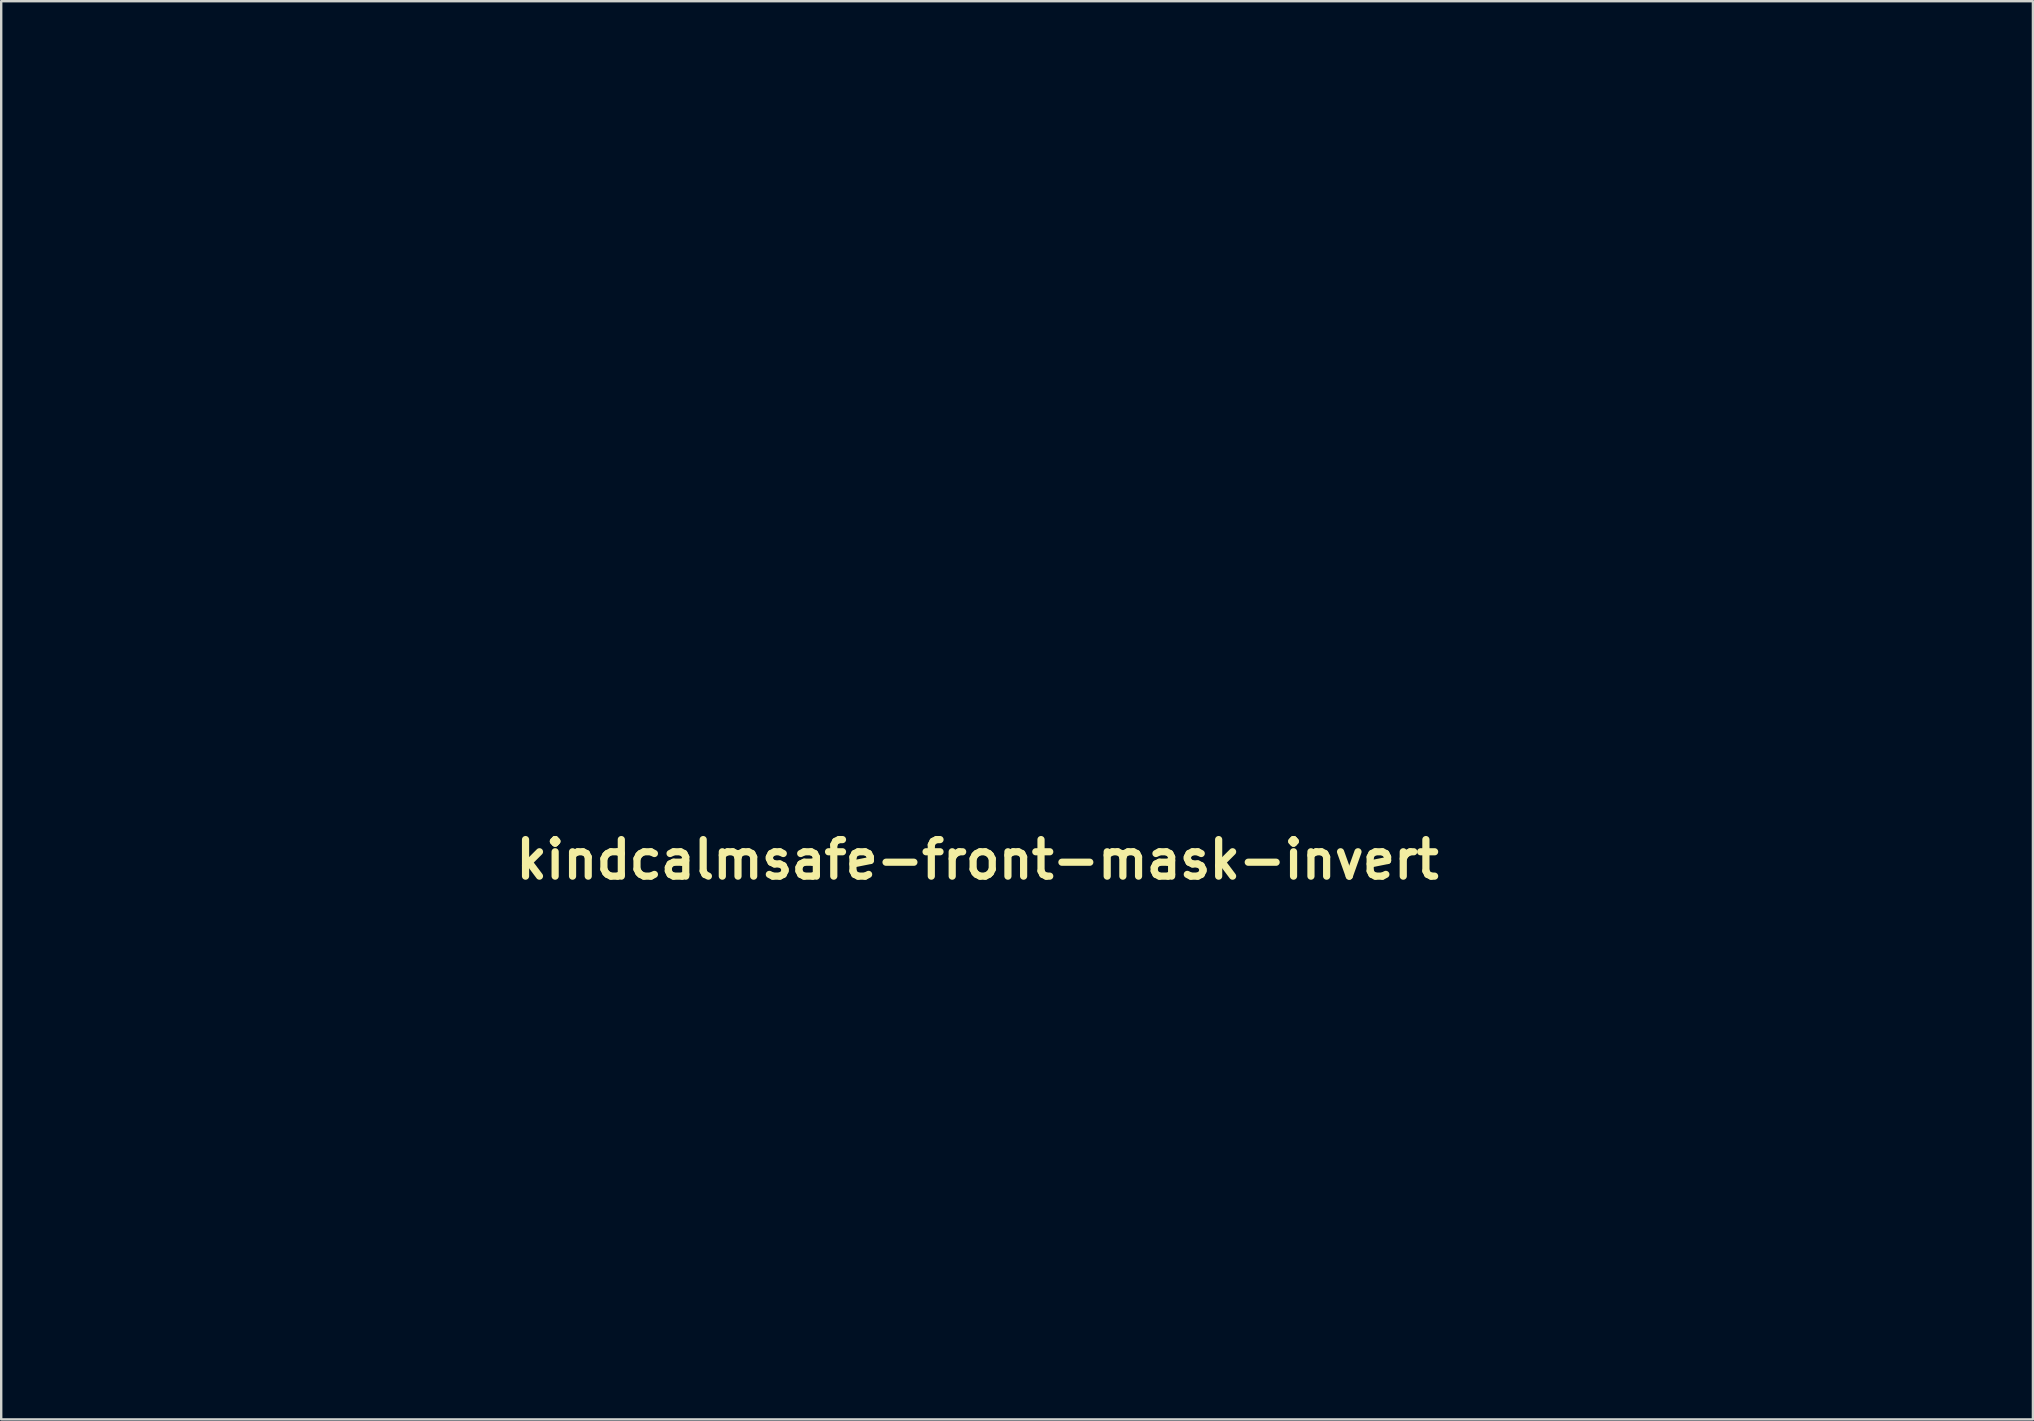
<source format=kicad_pcb>
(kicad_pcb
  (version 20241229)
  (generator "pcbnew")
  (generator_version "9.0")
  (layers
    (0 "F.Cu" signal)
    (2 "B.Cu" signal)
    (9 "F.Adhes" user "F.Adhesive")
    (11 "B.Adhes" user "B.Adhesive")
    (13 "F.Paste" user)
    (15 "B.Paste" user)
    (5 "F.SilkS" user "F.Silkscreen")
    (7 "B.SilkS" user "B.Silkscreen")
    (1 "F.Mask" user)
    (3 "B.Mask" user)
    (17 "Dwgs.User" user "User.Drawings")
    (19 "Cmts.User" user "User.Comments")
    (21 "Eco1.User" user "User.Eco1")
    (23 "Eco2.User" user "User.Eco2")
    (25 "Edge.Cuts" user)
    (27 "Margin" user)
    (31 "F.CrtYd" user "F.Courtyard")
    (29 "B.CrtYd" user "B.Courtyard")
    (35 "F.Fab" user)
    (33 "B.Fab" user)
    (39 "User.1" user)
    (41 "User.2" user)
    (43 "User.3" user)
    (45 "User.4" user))
  (footprint "kindcalmsafe-front-mask-invert"
    (layer "F.Cu")
    (at 37.682 32.771)
    (property "Reference" "kindcalmsafe-front-mask-invert" (at 0 0 0) (layer "F.SilkS") (effects (font (size 1.524 1.524) (thickness 0.3))))
    (attr through_hole)
    (fp_poly (pts (xy 13.801 -20.913) (xy 15.071 -20.913) (xy 15.071 -19.897) (xy 9.652 -19.897) (xy 9.652 -20.913) (xy 10.837 -20.913) (xy 10.837 -27.686) (xy 9.652 -27.686) (xy 9.652 -28.702) (xy 13.801 -28.702) (xy 13.801 -20.913)) (stroke (width 0.01) (type solid)) (fill yes) (layer "F.Mask"))
    (fp_poly (pts (xy 21.759 -0.931) (xy 23.029 -0.931) (xy 23.029 0.085) (xy 17.611 0.085) (xy 17.611 -0.931) (xy 18.796 -0.931) (xy 18.796 -11.769) (xy 17.611 -11.769) (xy 17.611 -12.785) (xy 21.759 -12.785) (xy 21.759 -0.931)) (stroke (width 0.01) (type solid)) (fill yes) (layer "F.Mask"))
    (fp_poly (pts (xy 12.795 -32.651) (xy 13.119 -32.482) (xy 13.467 -32.157) (xy 13.691 -31.744) (xy 13.782 -31.278) (xy 13.731 -30.797) (xy 13.61 -30.478) (xy 13.313 -30.065) (xy 12.916 -29.774) (xy 12.45 -29.621) (xy 11.946 -29.619) (xy 11.816 -29.644) (xy 11.357 -29.83) (xy 10.993 -30.132) (xy 10.741 -30.522) (xy 10.614 -30.968) (xy 10.629 -31.44) (xy 10.741 -31.793) (xy 11.022 -32.227) (xy 11.398 -32.539) (xy 11.838 -32.719) (xy 12.314 -32.759) (xy 12.795 -32.651)) (stroke (width 0.01) (type solid)) (fill yes) (layer "F.Mask"))
    (fp_poly (pts (xy 25.527 7.228) (xy 26.011 7.254) (xy 26.483 7.291) (xy 26.893 7.335) (xy 27.191 7.379) (xy 27.22 7.385) (xy 27.728 7.493) (xy 27.776 9.407) (xy 27.295 9.381) (xy 26.814 9.356) (xy 26.699 8.959) (xy 26.521 8.572) (xy 26.241 8.316) (xy 25.844 8.177) (xy 25.779 8.166) (xy 25.359 8.179) (xy 24.967 8.329) (xy 24.657 8.594) (xy 24.625 8.636) (xy 24.51 8.888) (xy 24.414 9.273) (xy 24.344 9.757) (xy 24.306 10.304) (xy 24.3 10.604) (xy 24.299 11.261) (xy 26.501 11.261) (xy 26.501 12.277) (xy 24.299 12.277) (xy 24.299 19.05) (xy 25.993 19.05) (xy 25.993 20.066) (xy 20.151 20.066) (xy 20.151 19.05) (xy 21.336 19.05) (xy 21.336 12.277) (xy 20.066 12.277) (xy 20.066 11.261) (xy 21.311 11.261) (xy 21.361 10.351) (xy 21.415 9.727) (xy 21.506 9.233) (xy 21.646 8.831) (xy 21.849 8.483) (xy 22.03 8.256) (xy 22.447 7.867) (xy 22.937 7.575) (xy 23.518 7.372) (xy 24.209 7.254) (xy 25.025 7.216) (xy 25.527 7.228)) (stroke (width 0.01) (type solid)) (fill yes) (layer "F.Mask"))
    (fp_poly (pts (xy 1.524 -31.242) (xy -0.085 -31.242) (xy -0.085 -29.03) (xy -0.084 -28.363) (xy -0.082 -27.846) (xy -0.077 -27.463) (xy -0.068 -27.195) (xy -0.052 -27.024) (xy -0.029 -26.931) (xy 0.002 -26.9) (xy 0.044 -26.911) (xy 0.08 -26.935) (xy 0.18 -27.015) (xy 0.392 -27.193) (xy 0.702 -27.456) (xy 1.094 -27.791) (xy 1.553 -28.184) (xy 2.064 -28.623) (xy 2.61 -29.095) (xy 2.646 -29.125) (xy 5.047 -31.2) (xy 3.81 -31.249) (xy 3.81 -32.258) (xy 8.382 -32.258) (xy 8.382 -31.242) (xy 6.779 -31.242) (xy 4.596 -29.365) (xy 4.08 -28.92) (xy 3.608 -28.508) (xy 3.194 -28.144) (xy 2.853 -27.84) (xy 2.6 -27.609) (xy 2.449 -27.465) (xy 2.413 -27.422) (xy 2.469 -27.348) (xy 2.629 -27.162) (xy 2.882 -26.876) (xy 3.218 -26.501) (xy 3.627 -26.049) (xy 4.097 -25.533) (xy 4.617 -24.963) (xy 5.177 -24.352) (xy 5.376 -24.136) (xy 8.34 -20.917) (xy 9.567 -20.913) (xy 9.567 -19.897) (xy 5.36 -19.897) (xy 3.717 -21.692) (xy 3.222 -22.232) (xy 2.699 -22.803) (xy 2.178 -23.371) (xy 1.688 -23.903) (xy 1.26 -24.369) (xy 0.995 -24.656) (xy -0.085 -25.826) (xy -0.085 -20.913) (xy 1.524 -20.913) (xy 1.524 -19.897) (xy -4.911 -19.897) (xy -4.911 -20.913) (xy -3.302 -20.913) (xy -3.302 -31.242) (xy -4.911 -31.242) (xy -4.911 -32.258) (xy 1.524 -32.258) (xy 1.524 -31.242)) (stroke (width 0.01) (type solid)) (fill yes) (layer "F.Mask"))
    (fp_poly (pts (xy 23.826 -28.86) (xy 24.457 -28.709) (xy 24.979 -28.445) (xy 25.406 -28.061) (xy 25.693 -27.657) (xy 25.815 -27.431) (xy 25.914 -27.197) (xy 25.992 -26.934) (xy 26.052 -26.623) (xy 26.097 -26.244) (xy 26.127 -25.777) (xy 26.147 -25.202) (xy 26.157 -24.5) (xy 26.161 -23.65) (xy 26.161 -23.558) (xy 26.162 -20.913) (xy 27.432 -20.913) (xy 27.432 -19.897) (xy 22.183 -19.897) (xy 22.183 -20.913) (xy 23.209 -20.913) (xy 23.183 -23.812) (xy 23.174 -24.647) (xy 23.164 -25.329) (xy 23.148 -25.876) (xy 23.126 -26.305) (xy 23.093 -26.633) (xy 23.047 -26.877) (xy 22.985 -27.053) (xy 22.905 -27.18) (xy 22.803 -27.274) (xy 22.678 -27.352) (xy 22.609 -27.388) (xy 22.249 -27.495) (xy 21.82 -27.504) (xy 21.389 -27.418) (xy 21.197 -27.341) (xy 20.939 -27.181) (xy 20.749 -26.961) (xy 20.62 -26.727) (xy 20.512 -26.471) (xy 20.425 -26.176) (xy 20.357 -25.824) (xy 20.307 -25.394) (xy 20.272 -24.866) (xy 20.25 -24.22) (xy 20.24 -23.435) (xy 20.238 -22.966) (xy 20.235 -20.913) (xy 21.336 -20.913) (xy 21.336 -19.897) (xy 16.087 -19.897) (xy 16.087 -20.913) (xy 17.272 -20.913) (xy 17.272 -27.686) (xy 16.087 -27.686) (xy 16.087 -28.702) (xy 20.235 -28.702) (xy 20.235 -27.53) (xy 20.723 -28.018) (xy 21.143 -28.387) (xy 21.568 -28.645) (xy 22.041 -28.807) (xy 22.604 -28.888) (xy 23.072 -28.905) (xy 23.826 -28.86)) (stroke (width 0.01) (type solid)) (fill yes) (layer "F.Mask"))
    (fp_poly (pts (xy 38.015 -20.913) (xy 39.201 -20.913) (xy 39.201 -19.897) (xy 35.052 -19.897) (xy 35.052 -20.931) (xy 34.673 -20.51) (xy 34.288 -20.15) (xy 33.862 -19.902) (xy 33.36 -19.751) (xy 32.744 -19.681) (xy 32.639 -19.677) (xy 32.242 -19.674) (xy 31.859 -19.689) (xy 31.558 -19.719) (xy 31.496 -19.73) (xy 30.801 -19.96) (xy 30.166 -20.335) (xy 29.608 -20.838) (xy 29.147 -21.451) (xy 28.798 -22.156) (xy 28.647 -22.629) (xy 28.567 -23.067) (xy 28.514 -23.61) (xy 28.499 -23.975) (xy 31.757 -23.975) (xy 31.79 -23.312) (xy 31.857 -22.7) (xy 31.958 -22.172) (xy 32.093 -21.763) (xy 32.15 -21.652) (xy 32.437 -21.319) (xy 32.821 -21.094) (xy 33.264 -20.989) (xy 33.725 -21.012) (xy 34.122 -21.151) (xy 34.419 -21.397) (xy 34.661 -21.792) (xy 34.847 -22.322) (xy 34.973 -22.975) (xy 35.036 -23.737) (xy 35.034 -24.596) (xy 34.989 -25.291) (xy 34.91 -25.952) (xy 34.801 -26.468) (xy 34.653 -26.862) (xy 34.455 -27.156) (xy 34.2 -27.374) (xy 34.115 -27.425) (xy 33.864 -27.543) (xy 33.615 -27.591) (xy 33.288 -27.586) (xy 33.265 -27.584) (xy 32.819 -27.508) (xy 32.488 -27.338) (xy 32.233 -27.046) (xy 32.114 -26.835) (xy 31.973 -26.439) (xy 31.866 -25.92) (xy 31.795 -25.314) (xy 31.758 -24.654) (xy 31.757 -23.975) (xy 28.499 -23.975) (xy 28.49 -24.205) (xy 28.495 -24.801) (xy 28.53 -25.342) (xy 28.596 -25.777) (xy 28.606 -25.823) (xy 28.884 -26.64) (xy 29.28 -27.347) (xy 29.787 -27.935) (xy 30.395 -28.396) (xy 31.096 -28.722) (xy 31.702 -28.877) (xy 32.488 -28.946) (xy 33.211 -28.874) (xy 33.857 -28.664) (xy 34.413 -28.317) (xy 34.607 -28.142) (xy 35.052 -27.697) (xy 35.052 -31.75) (xy 33.782 -31.75) (xy 33.782 -32.766) (xy 38.015 -32.766) (xy 38.015 -20.913)) (stroke (width 0.01) (type solid)) (fill yes) (layer "F.Mask"))
    (fp_poly (pts (xy -18.096 -8.904) (xy -17.598 -8.85) (xy -17.233 -8.773) (xy -16.532 -8.512) (xy -15.954 -8.181) (xy -15.458 -7.757) (xy -15.454 -7.753) (xy -14.99 -7.164) (xy -14.617 -6.452) (xy -14.345 -5.639) (xy -14.184 -4.752) (xy -14.161 -4.508) (xy -14.115 -3.895) (xy -20.176 -3.895) (xy -20.122 -3.191) (xy -20.022 -2.427) (xy -19.849 -1.811) (xy -19.594 -1.334) (xy -19.253 -0.989) (xy -18.817 -0.767) (xy -18.281 -0.661) (xy -17.987 -0.649) (xy -17.594 -0.665) (xy -17.284 -0.724) (xy -16.975 -0.845) (xy -16.902 -0.88) (xy -16.554 -1.084) (xy -16.287 -1.334) (xy -16.065 -1.671) (xy -15.865 -2.108) (xy -15.672 -2.582) (xy -15.012 -2.582) (xy -14.682 -2.579) (xy -14.478 -2.549) (xy -14.386 -2.468) (xy -14.397 -2.308) (xy -14.499 -2.043) (xy -14.646 -1.72) (xy -15.021 -1.086) (xy -15.51 -0.572) (xy -16.115 -0.177) (xy -16.843 0.104) (xy -17.301 0.212) (xy -17.923 0.295) (xy -18.609 0.327) (xy -19.291 0.308) (xy -19.9 0.238) (xy -20.054 0.208) (xy -20.883 -0.033) (xy -21.581 -0.374) (xy -22.163 -0.823) (xy -22.642 -1.387) (xy -22.676 -1.437) (xy -23.007 -2.027) (xy -23.236 -2.668) (xy -23.375 -3.398) (xy -23.424 -3.979) (xy -23.407 -4.911) (xy -20.176 -4.911) (xy -17.357 -4.911) (xy -17.357 -5.286) (xy -17.374 -5.663) (xy -17.42 -6.099) (xy -17.486 -6.539) (xy -17.565 -6.928) (xy -17.646 -7.208) (xy -17.655 -7.23) (xy -17.892 -7.611) (xy -18.225 -7.854) (xy -18.652 -7.955) (xy -18.757 -7.959) (xy -19.157 -7.907) (xy -19.479 -7.744) (xy -19.731 -7.461) (xy -19.917 -7.046) (xy -20.045 -6.489) (xy -20.122 -5.78) (xy -20.124 -5.736) (xy -20.176 -4.911) (xy -23.407 -4.911) (xy -23.407 -4.951) (xy -23.252 -5.833) (xy -22.965 -6.62) (xy -22.549 -7.305) (xy -22.01 -7.883) (xy -21.35 -8.348) (xy -20.574 -8.692) (xy -20.151 -8.816) (xy -19.737 -8.885) (xy -19.22 -8.922) (xy -18.655 -8.929) (xy -18.096 -8.904)) (stroke (width 0.01) (type solid)) (fill yes) (layer "F.Mask"))
    (fp_poly (pts (xy -16.318 -28.886) (xy -15.82 -28.832) (xy -15.455 -28.754) (xy -14.754 -28.493) (xy -14.176 -28.162) (xy -13.68 -27.738) (xy -13.676 -27.735) (xy -13.212 -27.146) (xy -12.839 -26.433) (xy -12.567 -25.621) (xy -12.406 -24.733) (xy -12.383 -24.49) (xy -12.337 -23.876) (xy -18.398 -23.876) (xy -18.344 -23.172) (xy -18.244 -22.408) (xy -18.071 -21.792) (xy -17.816 -21.315) (xy -17.475 -20.97) (xy -17.039 -20.748) (xy -16.503 -20.642) (xy -16.209 -20.63) (xy -15.816 -20.646) (xy -15.506 -20.706) (xy -15.197 -20.826) (xy -15.124 -20.861) (xy -14.776 -21.066) (xy -14.509 -21.316) (xy -14.287 -21.653) (xy -14.087 -22.089) (xy -13.894 -22.564) (xy -13.234 -22.564) (xy -12.904 -22.56) (xy -12.7 -22.531) (xy -12.608 -22.449) (xy -12.619 -22.29) (xy -12.721 -22.024) (xy -12.868 -21.702) (xy -13.243 -21.067) (xy -13.732 -20.553) (xy -14.337 -20.158) (xy -15.065 -19.877) (xy -15.523 -19.769) (xy -16.145 -19.686) (xy -16.831 -19.655) (xy -17.513 -19.674) (xy -18.122 -19.743) (xy -18.276 -19.773) (xy -19.105 -20.015) (xy -19.803 -20.356) (xy -20.385 -20.804) (xy -20.864 -21.368) (xy -20.898 -21.419) (xy -21.229 -22.008) (xy -21.458 -22.65) (xy -21.597 -23.38) (xy -21.646 -23.961) (xy -21.629 -24.892) (xy -18.398 -24.892) (xy -15.579 -24.892) (xy -15.579 -25.267) (xy -15.596 -25.644) (xy -15.642 -26.081) (xy -15.708 -26.521) (xy -15.787 -26.909) (xy -15.868 -27.19) (xy -15.877 -27.211) (xy -16.114 -27.593) (xy -16.447 -27.835) (xy -16.874 -27.937) (xy -16.979 -27.94) (xy -17.379 -27.888) (xy -17.701 -27.726) (xy -17.953 -27.442) (xy -18.139 -27.027) (xy -18.267 -26.47) (xy -18.344 -25.761) (xy -18.346 -25.718) (xy -18.398 -24.892) (xy -21.629 -24.892) (xy -21.629 -24.932) (xy -21.474 -25.814) (xy -21.187 -26.601) (xy -20.771 -27.287) (xy -20.232 -27.865) (xy -19.572 -28.329) (xy -18.796 -28.674) (xy -18.373 -28.798) (xy -17.959 -28.867) (xy -17.442 -28.904) (xy -16.877 -28.91) (xy -16.318 -28.886)) (stroke (width 0.01) (type solid)) (fill yes) (layer "F.Mask"))
    (fp_poly (pts (xy -14.286 11.077) (xy -13.788 11.131) (xy -13.423 11.208) (xy -12.722 11.469) (xy -12.144 11.801) (xy -11.648 12.224) (xy -11.644 12.228) (xy -11.18 12.817) (xy -10.807 13.53) (xy -10.535 14.342) (xy -10.374 15.229) (xy -10.351 15.473) (xy -10.305 16.087) (xy -16.366 16.087) (xy -16.312 16.79) (xy -16.212 17.554) (xy -16.039 18.171) (xy -15.784 18.647) (xy -15.443 18.993) (xy -15.007 19.214) (xy -14.471 19.32) (xy -14.177 19.332) (xy -13.784 19.316) (xy -13.474 19.257) (xy -13.165 19.137) (xy -13.092 19.101) (xy -12.744 18.897) (xy -12.477 18.647) (xy -12.255 18.31) (xy -12.055 17.874) (xy -11.862 17.399) (xy -11.202 17.399) (xy -10.872 17.403) (xy -10.668 17.432) (xy -10.576 17.513) (xy -10.587 17.673) (xy -10.689 17.938) (xy -10.836 18.261) (xy -11.211 18.896) (xy -11.7 19.409) (xy -12.305 19.805) (xy -13.033 20.086) (xy -13.491 20.194) (xy -14.113 20.276) (xy -14.799 20.308) (xy -15.481 20.289) (xy -16.09 20.22) (xy -16.244 20.19) (xy -17.073 19.948) (xy -17.771 19.607) (xy -18.353 19.159) (xy -18.832 18.595) (xy -18.866 18.544) (xy -19.197 17.954) (xy -19.426 17.313) (xy -19.565 16.583) (xy -19.614 16.002) (xy -19.597 15.071) (xy -16.366 15.071) (xy -13.547 15.071) (xy -13.547 14.696) (xy -13.564 14.319) (xy -13.61 13.882) (xy -13.676 13.442) (xy -13.755 13.054) (xy -13.836 12.773) (xy -13.845 12.752) (xy -14.082 12.37) (xy -14.415 12.128) (xy -14.842 12.026) (xy -14.947 12.023) (xy -15.347 12.075) (xy -15.669 12.237) (xy -15.921 12.521) (xy -16.107 12.936) (xy -16.235 13.493) (xy -16.312 14.202) (xy -16.314 14.245) (xy -16.366 15.071) (xy -19.597 15.071) (xy -19.597 15.031) (xy -19.442 14.149) (xy -19.155 13.362) (xy -18.739 12.676) (xy -18.2 12.098) (xy -17.54 11.634) (xy -16.764 11.289) (xy -16.341 11.165) (xy -15.927 11.096) (xy -15.41 11.059) (xy -14.845 11.053) (xy -14.286 11.077)) (stroke (width 0.01) (type solid)) (fill yes) (layer "F.Mask"))
    (fp_poly (pts (xy 32.873 11.077) (xy 33.371 11.131) (xy 33.736 11.208) (xy 34.437 11.469) (xy 35.016 11.801) (xy 35.512 12.224) (xy 35.515 12.228) (xy 35.979 12.817) (xy 36.352 13.53) (xy 36.624 14.342) (xy 36.785 15.229) (xy 36.808 15.473) (xy 36.854 16.087) (xy 30.794 16.087) (xy 30.848 16.79) (xy 30.947 17.554) (xy 31.121 18.171) (xy 31.375 18.647) (xy 31.717 18.993) (xy 32.152 19.214) (xy 32.689 19.32) (xy 32.983 19.332) (xy 33.376 19.316) (xy 33.685 19.257) (xy 33.994 19.137) (xy 34.068 19.101) (xy 34.415 18.897) (xy 34.682 18.647) (xy 34.904 18.31) (xy 35.104 17.874) (xy 35.297 17.399) (xy 35.958 17.399) (xy 36.287 17.403) (xy 36.492 17.432) (xy 36.583 17.513) (xy 36.572 17.673) (xy 36.471 17.938) (xy 36.324 18.261) (xy 35.948 18.896) (xy 35.46 19.409) (xy 34.854 19.805) (xy 34.126 20.086) (xy 33.669 20.194) (xy 33.046 20.276) (xy 32.36 20.308) (xy 31.678 20.289) (xy 31.069 20.22) (xy 30.915 20.19) (xy 30.087 19.948) (xy 29.388 19.607) (xy 28.806 19.159) (xy 28.328 18.595) (xy 28.293 18.544) (xy 27.963 17.954) (xy 27.733 17.313) (xy 27.594 16.583) (xy 27.545 16.002) (xy 27.562 15.071) (xy 30.793 15.071) (xy 33.613 15.071) (xy 33.613 14.696) (xy 33.595 14.319) (xy 33.549 13.882) (xy 33.483 13.442) (xy 33.405 13.054) (xy 33.323 12.773) (xy 33.315 12.752) (xy 33.078 12.37) (xy 32.744 12.128) (xy 32.317 12.026) (xy 32.212 12.023) (xy 31.812 12.075) (xy 31.49 12.237) (xy 31.239 12.521) (xy 31.052 12.936) (xy 30.924 13.493) (xy 30.848 14.202) (xy 30.845 14.245) (xy 30.793 15.071) (xy 27.562 15.071) (xy 27.563 15.031) (xy 27.717 14.149) (xy 28.005 13.362) (xy 28.42 12.676) (xy 28.96 12.098) (xy 29.619 11.634) (xy 30.395 11.289) (xy 30.819 11.165) (xy 31.233 11.096) (xy 31.75 11.059) (xy 32.315 11.053) (xy 32.873 11.077)) (stroke (width 0.01) (type solid)) (fill yes) (layer "F.Mask"))
    (fp_poly (pts (xy 11.515 -8.907) (xy 12.147 -8.859) (xy 12.688 -8.771) (xy 13.175 -8.637) (xy 13.599 -8.471) (xy 14.062 -8.191) (xy 14.5 -7.791) (xy 14.866 -7.318) (xy 15.039 -7.005) (xy 15.282 -6.477) (xy 15.309 -3.704) (xy 15.335 -0.931) (xy 16.595 -0.931) (xy 16.595 0.085) (xy 12.361 0.085) (xy 12.361 -0.967) (xy 12.002 -0.616) (xy 11.461 -0.201) (xy 10.82 0.103) (xy 10.116 0.286) (xy 9.385 0.341) (xy 8.662 0.258) (xy 8.614 0.247) (xy 8.007 0.022) (xy 7.498 -0.34) (xy 7.096 -0.83) (xy 6.928 -1.143) (xy 6.797 -1.567) (xy 6.728 -2.086) (xy 6.722 -2.64) (xy 6.737 -2.78) (xy 9.641 -2.78) (xy 9.666 -2.314) (xy 9.767 -1.879) (xy 9.94 -1.518) (xy 10.178 -1.271) (xy 10.194 -1.261) (xy 10.54 -1.132) (xy 10.953 -1.096) (xy 11.361 -1.151) (xy 11.685 -1.291) (xy 11.916 -1.46) (xy 12.083 -1.625) (xy 12.199 -1.816) (xy 12.272 -2.066) (xy 12.315 -2.406) (xy 12.338 -2.867) (xy 12.346 -3.181) (xy 12.374 -4.403) (xy 11.577 -4.403) (xy 11.002 -4.374) (xy 10.561 -4.28) (xy 10.227 -4.108) (xy 9.972 -3.848) (xy 9.847 -3.644) (xy 9.699 -3.238) (xy 9.641 -2.78) (xy 6.737 -2.78) (xy 6.777 -3.168) (xy 6.895 -3.611) (xy 6.926 -3.683) (xy 7.222 -4.182) (xy 7.616 -4.59) (xy 8.116 -4.912) (xy 8.734 -5.151) (xy 9.48 -5.312) (xy 10.363 -5.399) (xy 11.13 -5.419) (xy 12.361 -5.419) (xy 12.361 -6.038) (xy 12.347 -6.422) (xy 12.294 -6.717) (xy 12.185 -7.002) (xy 12.129 -7.116) (xy 11.886 -7.488) (xy 11.579 -7.746) (xy 11.183 -7.905) (xy 10.669 -7.978) (xy 10.391 -7.987) (xy 9.769 -7.944) (xy 9.275 -7.803) (xy 8.894 -7.555) (xy 8.608 -7.19) (xy 8.434 -6.798) (xy 8.362 -6.613) (xy 8.277 -6.518) (xy 8.128 -6.482) (xy 7.865 -6.477) (xy 7.408 -6.477) (xy 7.384 -7.431) (xy 7.36 -8.384) (xy 7.596 -8.476) (xy 8.199 -8.661) (xy 8.937 -8.799) (xy 9.78 -8.887) (xy 10.698 -8.921) (xy 10.753 -8.921) (xy 11.515 -8.907)) (stroke (width 0.01) (type solid)) (fill yes) (layer "F.Mask"))
    (fp_poly (pts (xy 14.055 11.074) (xy 14.687 11.122) (xy 15.228 11.21) (xy 15.715 11.344) (xy 16.139 11.51) (xy 16.602 11.79) (xy 17.04 12.19) (xy 17.406 12.663) (xy 17.579 12.976) (xy 17.822 13.504) (xy 17.849 16.277) (xy 17.875 19.05) (xy 19.135 19.05) (xy 19.135 20.066) (xy 14.901 20.066) (xy 14.901 19.015) (xy 14.541 19.365) (xy 14.001 19.78) (xy 13.36 20.084) (xy 12.656 20.268) (xy 11.925 20.322) (xy 11.202 20.239) (xy 11.154 20.228) (xy 10.547 20.003) (xy 10.038 19.641) (xy 9.636 19.151) (xy 9.468 18.838) (xy 9.337 18.415) (xy 9.268 17.896) (xy 9.262 17.342) (xy 9.277 17.201) (xy 12.181 17.201) (xy 12.206 17.668) (xy 12.307 18.102) (xy 12.48 18.464) (xy 12.718 18.71) (xy 12.734 18.72) (xy 13.08 18.849) (xy 13.493 18.886) (xy 13.901 18.83) (xy 14.225 18.69) (xy 14.456 18.521) (xy 14.623 18.357) (xy 14.739 18.165) (xy 14.812 17.915) (xy 14.855 17.575) (xy 14.878 17.115) (xy 14.886 16.8) (xy 14.914 15.579) (xy 14.117 15.579) (xy 13.542 15.607) (xy 13.101 15.702) (xy 12.767 15.873) (xy 12.512 16.133) (xy 12.387 16.337) (xy 12.239 16.744) (xy 12.181 17.201) (xy 9.277 17.201) (xy 9.317 16.813) (xy 9.435 16.37) (xy 9.466 16.298) (xy 9.762 15.799) (xy 10.156 15.391) (xy 10.656 15.07) (xy 11.274 14.83) (xy 12.02 14.669) (xy 12.903 14.582) (xy 13.67 14.563) (xy 14.901 14.563) (xy 14.901 13.943) (xy 14.887 13.559) (xy 14.834 13.264) (xy 14.725 12.98) (xy 14.668 12.865) (xy 14.426 12.494) (xy 14.119 12.235) (xy 13.723 12.076) (xy 13.209 12.003) (xy 12.931 11.995) (xy 12.309 12.038) (xy 11.815 12.178) (xy 11.434 12.426) (xy 11.148 12.792) (xy 10.974 13.183) (xy 10.902 13.368) (xy 10.817 13.464) (xy 10.668 13.499) (xy 10.405 13.504) (xy 9.948 13.504) (xy 9.924 12.551) (xy 9.9 11.597) (xy 10.136 11.505) (xy 10.739 11.321) (xy 11.477 11.182) (xy 12.32 11.094) (xy 13.238 11.061) (xy 13.293 11.06) (xy 14.055 11.074)) (stroke (width 0.01) (type solid)) (fill yes) (layer "F.Mask"))
    (fp_poly (pts (xy 0.856 -12.449) (xy 1.562 -12.351) (xy 2.345 -12.199) (xy 3.135 -12.008) (xy 3.864 -11.793) (xy 4.233 -11.663) (xy 4.784 -11.455) (xy 4.807 -9.919) (xy 4.83 -8.382) (xy 3.757 -8.382) (xy 3.648 -8.81) (xy 3.4 -9.5) (xy 3.037 -10.125) (xy 2.581 -10.657) (xy 2.054 -11.065) (xy 1.796 -11.203) (xy 1.594 -11.285) (xy 1.384 -11.339) (xy 1.123 -11.37) (xy 0.77 -11.385) (xy 0.381 -11.388) (xy -0.067 -11.384) (xy -0.389 -11.37) (xy -0.631 -11.338) (xy -0.836 -11.281) (xy -1.048 -11.193) (xy -1.113 -11.163) (xy -1.652 -10.84) (xy -2.101 -10.411) (xy -2.466 -9.867) (xy -2.751 -9.198) (xy -2.961 -8.395) (xy -3.102 -7.448) (xy -3.133 -7.114) (xy -3.176 -6.077) (xy -3.142 -5.075) (xy -3.032 -4.137) (xy -2.852 -3.292) (xy -2.604 -2.57) (xy -2.552 -2.455) (xy -2.234 -1.935) (xy -1.81 -1.471) (xy -1.322 -1.105) (xy -0.971 -0.932) (xy -0.461 -0.794) (xy 0.129 -0.727) (xy 0.731 -0.732) (xy 1.281 -0.811) (xy 1.504 -0.875) (xy 1.988 -1.123) (xy 2.45 -1.503) (xy 2.859 -1.98) (xy 3.186 -2.517) (xy 3.399 -3.078) (xy 3.427 -3.196) (xy 3.485 -3.471) (xy 4.325 -3.471) (xy 4.679 -3.465) (xy 4.959 -3.447) (xy 5.13 -3.42) (xy 5.165 -3.4) (xy 5.131 -3.236) (xy 5.044 -2.97) (xy 4.921 -2.649) (xy 4.784 -2.325) (xy 4.65 -2.046) (xy 4.6 -1.954) (xy 4.117 -1.261) (xy 3.547 -0.705) (xy 2.873 -0.271) (xy 2.088 0.05) (xy 1.752 0.149) (xy 1.436 0.216) (xy 1.089 0.26) (xy 0.661 0.287) (xy 0.254 0.301) (xy -0.223 0.305) (xy -0.69 0.298) (xy -1.095 0.28) (xy -1.385 0.252) (xy -1.397 0.25) (xy -2.39 0.035) (xy -3.271 -0.291) (xy -4.067 -0.74) (xy -4.803 -1.326) (xy -5.005 -1.52) (xy -5.361 -1.886) (xy -5.624 -2.195) (xy -5.829 -2.495) (xy -6.014 -2.835) (xy -6.076 -2.963) (xy -6.444 -3.91) (xy -6.672 -4.892) (xy -6.764 -5.889) (xy -6.722 -6.88) (xy -6.552 -7.845) (xy -6.255 -8.762) (xy -5.835 -9.61) (xy -5.296 -10.37) (xy -4.812 -10.872) (xy -4.08 -11.424) (xy -3.234 -11.868) (xy -2.294 -12.198) (xy -1.281 -12.408) (xy -0.216 -12.493) (xy 0.856 -12.449)) (stroke (width 0.01) (type solid)) (fill yes) (layer "F.Mask"))
    (fp_poly (pts (xy -32.512 -12.275) (xy -31.596 -12.271) (xy -30.818 -12.261) (xy -30.161 -12.246) (xy -29.61 -12.223) (xy -29.149 -12.191) (xy -28.762 -12.148) (xy -28.433 -12.095) (xy -28.145 -12.028) (xy -27.885 -11.947) (xy -27.634 -11.851) (xy -27.405 -11.75) (xy -26.865 -11.43) (xy -26.413 -11.021) (xy -26.082 -10.554) (xy -25.958 -10.271) (xy -25.885 -9.959) (xy -25.837 -9.56) (xy -25.823 -9.23) (xy -25.88 -8.616) (xy -26.057 -8.095) (xy -26.361 -7.659) (xy -26.802 -7.3) (xy -27.388 -7.007) (xy -28.128 -6.772) (xy -28.152 -6.766) (xy -28.424 -6.69) (xy -28.553 -6.637) (xy -28.527 -6.612) (xy -28.503 -6.61) (xy -28.177 -6.569) (xy -27.76 -6.472) (xy -27.31 -6.335) (xy -26.888 -6.174) (xy -26.755 -6.115) (xy -26.235 -5.796) (xy -25.774 -5.371) (xy -25.41 -4.885) (xy -25.235 -4.527) (xy -25.101 -3.986) (xy -25.063 -3.374) (xy -25.119 -2.756) (xy -25.266 -2.194) (xy -25.347 -2.005) (xy -25.718 -1.436) (xy -26.229 -0.952) (xy -26.87 -0.559) (xy -27.629 -0.266) (xy -27.807 -0.216) (xy -28.091 -0.149) (xy -28.389 -0.092) (xy -28.718 -0.044) (xy -29.094 -0.006) (xy -29.534 0.024) (xy -30.055 0.048) (xy -30.672 0.064) (xy -31.404 0.075) (xy -32.265 0.082) (xy -33.273 0.084) (xy -33.674 0.085) (xy -37.677 0.085) (xy -37.677 -0.931) (xy -36.068 -0.931) (xy -36.068 -6.096) (xy -32.851 -6.096) (xy -32.851 -0.909) (xy -31.729 -0.954) (xy -31.154 -0.988) (xy -30.657 -1.041) (xy -30.276 -1.107) (xy -30.157 -1.139) (xy -29.633 -1.386) (xy -29.209 -1.755) (xy -28.893 -2.229) (xy -28.693 -2.787) (xy -28.618 -3.411) (xy -28.676 -4.08) (xy -28.753 -4.41) (xy -28.963 -4.929) (xy -29.279 -5.347) (xy -29.708 -5.668) (xy -30.26 -5.896) (xy -30.944 -6.037) (xy -31.767 -6.094) (xy -31.966 -6.096) (xy -32.851 -6.096) (xy -36.068 -6.096) (xy -36.068 -7.112) (xy -32.851 -7.112) (xy -32.104 -7.112) (xy -31.687 -7.123) (xy -31.261 -7.153) (xy -30.909 -7.196) (xy -30.859 -7.204) (xy -30.225 -7.376) (xy -29.734 -7.633) (xy -29.379 -7.984) (xy -29.154 -8.437) (xy -29.051 -9) (xy -29.043 -9.262) (xy -29.111 -9.847) (xy -29.314 -10.327) (xy -29.65 -10.703) (xy -30.119 -10.976) (xy -30.336 -11.053) (xy -30.599 -11.111) (xy -30.979 -11.166) (xy -31.42 -11.211) (xy -31.814 -11.237) (xy -32.851 -11.285) (xy -32.851 -7.112) (xy -36.068 -7.112) (xy -36.068 -11.261) (xy -37.677 -11.261) (xy -37.677 -12.277) (xy -33.581 -12.277) (xy -32.512 -12.275)) (stroke (width 0.01) (type solid)) (fill yes) (layer "F.Mask"))
    (fp_poly (pts (xy -30.734 -32.257) (xy -29.818 -32.252) (xy -29.04 -32.243) (xy -28.383 -32.227) (xy -27.832 -32.204) (xy -27.371 -32.172) (xy -26.984 -32.13) (xy -26.655 -32.076) (xy -26.367 -32.01) (xy -26.107 -31.929) (xy -25.856 -31.832) (xy -25.627 -31.731) (xy -25.087 -31.412) (xy -24.635 -31.002) (xy -24.304 -30.535) (xy -24.18 -30.253) (xy -24.107 -29.941) (xy -24.059 -29.541) (xy -24.045 -29.212) (xy -24.102 -28.597) (xy -24.279 -28.076) (xy -24.583 -27.641) (xy -25.024 -27.281) (xy -25.61 -26.988) (xy -26.35 -26.753) (xy -26.374 -26.747) (xy -26.646 -26.671) (xy -26.775 -26.618) (xy -26.749 -26.593) (xy -26.725 -26.592) (xy -26.399 -26.551) (xy -25.982 -26.453) (xy -25.532 -26.316) (xy -25.11 -26.156) (xy -24.977 -26.096) (xy -24.457 -25.777) (xy -23.996 -25.353) (xy -23.632 -24.867) (xy -23.457 -24.508) (xy -23.323 -23.967) (xy -23.285 -23.355) (xy -23.341 -22.737) (xy -23.488 -22.175) (xy -23.569 -21.986) (xy -23.94 -21.418) (xy -24.451 -20.933) (xy -25.092 -20.54) (xy -25.851 -20.247) (xy -26.029 -20.198) (xy -26.313 -20.13) (xy -26.611 -20.073) (xy -26.94 -20.026) (xy -27.316 -19.987) (xy -27.756 -19.957) (xy -28.277 -19.934) (xy -28.894 -19.917) (xy -29.626 -19.906) (xy -30.487 -19.899) (xy -31.495 -19.897) (xy -31.896 -19.897) (xy -35.899 -19.897) (xy -35.899 -20.913) (xy -34.29 -20.913) (xy -34.29 -26.077) (xy -31.073 -26.077) (xy -31.073 -20.891) (xy -29.951 -20.935) (xy -29.376 -20.97) (xy -28.879 -21.022) (xy -28.498 -21.089) (xy -28.379 -21.12) (xy -27.855 -21.367) (xy -27.431 -21.737) (xy -27.115 -22.21) (xy -26.915 -22.769) (xy -26.84 -23.392) (xy -26.898 -24.062) (xy -26.975 -24.391) (xy -27.185 -24.91) (xy -27.501 -25.328) (xy -27.93 -25.649) (xy -28.482 -25.878) (xy -29.166 -26.018) (xy -29.989 -26.075) (xy -30.188 -26.077) (xy -31.073 -26.077) (xy -34.29 -26.077) (xy -34.29 -27.093) (xy -31.073 -27.093) (xy -30.326 -27.093) (xy -29.909 -27.105) (xy -29.483 -27.134) (xy -29.131 -27.177) (xy -29.081 -27.186) (xy -28.447 -27.357) (xy -27.956 -27.614) (xy -27.601 -27.965) (xy -27.376 -28.419) (xy -27.273 -28.981) (xy -27.265 -29.244) (xy -27.333 -29.828) (xy -27.536 -30.309) (xy -27.872 -30.685) (xy -28.341 -30.957) (xy -28.558 -31.034) (xy -28.821 -31.092) (xy -29.201 -31.147) (xy -29.642 -31.192) (xy -30.035 -31.218) (xy -31.073 -31.267) (xy -31.073 -27.093) (xy -34.29 -27.093) (xy -34.29 -31.242) (xy -35.899 -31.242) (xy -35.899 -32.258) (xy -31.803 -32.258) (xy -30.734 -32.257)) (stroke (width 0.01) (type solid)) (fill yes) (layer "F.Mask"))
    (fp_poly (pts (xy -28.702 7.706) (xy -27.786 7.711) (xy -27.008 7.72) (xy -26.351 7.736) (xy -25.8 7.759) (xy -25.339 7.791) (xy -24.952 7.833) (xy -24.623 7.887) (xy -24.335 7.953) (xy -24.075 8.034) (xy -23.824 8.131) (xy -23.595 8.232) (xy -23.055 8.551) (xy -22.603 8.96) (xy -22.272 9.427) (xy -22.148 9.71) (xy -22.075 10.022) (xy -22.027 10.421) (xy -22.013 10.751) (xy -22.07 11.366) (xy -22.247 11.886) (xy -22.551 12.322) (xy -22.992 12.682) (xy -23.578 12.975) (xy -24.318 13.209) (xy -24.342 13.216) (xy -24.614 13.292) (xy -24.743 13.344) (xy -24.717 13.37) (xy -24.693 13.371) (xy -24.367 13.412) (xy -23.95 13.509) (xy -23.5 13.647) (xy -23.078 13.807) (xy -22.945 13.867) (xy -22.425 14.186) (xy -21.964 14.61) (xy -21.6 15.096) (xy -21.425 15.454) (xy -21.291 15.996) (xy -21.253 16.607) (xy -21.309 17.226) (xy -21.456 17.787) (xy -21.537 17.977) (xy -21.908 18.545) (xy -22.419 19.03) (xy -23.06 19.422) (xy -23.819 19.716) (xy -23.997 19.765) (xy -24.281 19.833) (xy -24.579 19.89) (xy -24.908 19.937) (xy -25.284 19.975) (xy -25.724 20.006) (xy -26.245 20.029) (xy -26.862 20.046) (xy -27.594 20.057) (xy -28.455 20.063) (xy -29.463 20.066) (xy -29.864 20.066) (xy -33.867 20.066) (xy -33.867 19.05) (xy -32.258 19.05) (xy -32.258 13.885) (xy -29.041 13.885) (xy -29.041 19.072) (xy -27.919 19.028) (xy -27.344 18.993) (xy -26.847 18.94) (xy -26.466 18.874) (xy -26.347 18.842) (xy -25.823 18.596) (xy -25.399 18.226) (xy -25.083 17.752) (xy -24.883 17.194) (xy -24.808 16.571) (xy -24.866 15.901) (xy -24.943 15.572) (xy -25.153 15.052) (xy -25.469 14.635) (xy -25.898 14.314) (xy -26.45 14.085) (xy -27.134 13.944) (xy -27.957 13.887) (xy -28.156 13.885) (xy -29.041 13.885) (xy -32.258 13.885) (xy -32.258 12.869) (xy -29.041 12.869) (xy -28.294 12.869) (xy -27.877 12.858) (xy -27.451 12.828) (xy -27.099 12.786) (xy -27.049 12.777) (xy -26.415 12.606) (xy -25.924 12.348) (xy -25.569 11.997) (xy -25.344 11.544) (xy -25.241 10.981) (xy -25.233 10.719) (xy -25.301 10.134) (xy -25.504 9.654) (xy -25.84 9.278) (xy -26.309 9.006) (xy -26.526 8.928) (xy -26.789 8.87) (xy -27.169 8.815) (xy -27.61 8.771) (xy -28.003 8.745) (xy -29.041 8.696) (xy -29.041 12.869) (xy -32.258 12.869) (xy -32.258 8.721) (xy -33.867 8.721) (xy -33.867 7.705) (xy -29.771 7.705) (xy -28.702 7.706)) (stroke (width 0.01) (type solid)) (fill yes) (layer "F.Mask"))
    (fp_poly (pts (xy 37.097 -8.941) (xy 37.743 -8.821) (xy 38.328 -8.588) (xy 38.818 -8.248) (xy 38.887 -8.182) (xy 39.194 -7.786) (xy 39.451 -7.284) (xy 39.621 -6.756) (xy 39.641 -6.583) (xy 39.66 -6.264) (xy 39.677 -5.823) (xy 39.69 -5.284) (xy 39.7 -4.671) (xy 39.706 -4.006) (xy 39.707 -3.662) (xy 39.709 -0.931) (xy 40.979 -0.931) (xy 40.979 0.085) (xy 35.729 0.085) (xy 35.729 -0.931) (xy 36.755 -0.931) (xy 36.729 -3.873) (xy 36.721 -4.713) (xy 36.711 -5.401) (xy 36.696 -5.952) (xy 36.674 -6.384) (xy 36.643 -6.713) (xy 36.6 -6.957) (xy 36.543 -7.131) (xy 36.468 -7.253) (xy 36.375 -7.338) (xy 36.259 -7.405) (xy 36.197 -7.434) (xy 35.762 -7.545) (xy 35.311 -7.512) (xy 34.885 -7.348) (xy 34.526 -7.068) (xy 34.312 -6.766) (xy 34.212 -6.543) (xy 34.131 -6.292) (xy 34.069 -5.993) (xy 34.022 -5.624) (xy 33.989 -5.166) (xy 33.968 -4.598) (xy 33.957 -3.9) (xy 33.953 -3.111) (xy 33.951 -0.931) (xy 35.052 -0.931) (xy 35.052 0.085) (xy 29.972 0.085) (xy 29.972 -0.931) (xy 30.998 -0.931) (xy 30.972 -3.873) (xy 30.964 -4.673) (xy 30.955 -5.321) (xy 30.944 -5.834) (xy 30.931 -6.232) (xy 30.914 -6.531) (xy 30.893 -6.749) (xy 30.866 -6.904) (xy 30.832 -7.014) (xy 30.804 -7.074) (xy 30.57 -7.342) (xy 30.247 -7.498) (xy 29.87 -7.547) (xy 29.475 -7.491) (xy 29.097 -7.335) (xy 28.771 -7.083) (xy 28.584 -6.837) (xy 28.475 -6.621) (xy 28.388 -6.371) (xy 28.32 -6.066) (xy 28.269 -5.687) (xy 28.233 -5.215) (xy 28.21 -4.63) (xy 28.198 -3.913) (xy 28.195 -3.154) (xy 28.194 -0.931) (xy 29.295 -0.931) (xy 29.295 0.085) (xy 24.045 0.085) (xy 24.045 -0.931) (xy 25.231 -0.931) (xy 25.231 -7.705) (xy 24.045 -7.705) (xy 24.045 -8.721) (xy 28.194 -8.721) (xy 28.194 -7.517) (xy 28.581 -7.947) (xy 29.054 -8.367) (xy 29.531 -8.655) (xy 29.798 -8.78) (xy 30.017 -8.861) (xy 30.24 -8.906) (xy 30.519 -8.926) (xy 30.907 -8.929) (xy 30.986 -8.929) (xy 31.429 -8.921) (xy 31.751 -8.896) (xy 32.003 -8.846) (xy 32.232 -8.764) (xy 32.296 -8.736) (xy 32.802 -8.463) (xy 33.183 -8.15) (xy 33.482 -7.757) (xy 33.529 -7.678) (xy 33.66 -7.464) (xy 33.751 -7.342) (xy 33.781 -7.336) (xy 33.845 -7.465) (xy 34.011 -7.664) (xy 34.248 -7.903) (xy 34.523 -8.149) (xy 34.801 -8.374) (xy 35.051 -8.546) (xy 35.134 -8.592) (xy 35.759 -8.83) (xy 36.425 -8.945) (xy 37.097 -8.941)) (stroke (width 0.01) (type solid)) (fill yes) (layer "F.Mask"))
    (fp_poly (pts (xy 3.168 7.531) (xy 3.698 7.592) (xy 4.313 7.681) (xy 4.961 7.789) (xy 5.588 7.908) (xy 6.141 8.027) (xy 6.477 8.112) (xy 6.731 8.182) (xy 6.754 9.599) (xy 6.777 11.015) (xy 6.262 10.99) (xy 5.747 10.964) (xy 5.562 10.414) (xy 5.289 9.8) (xy 4.922 9.322) (xy 4.446 8.964) (xy 3.845 8.712) (xy 3.705 8.672) (xy 3.317 8.602) (xy 2.828 8.564) (xy 2.297 8.556) (xy 1.781 8.578) (xy 1.338 8.631) (xy 1.12 8.681) (xy 0.625 8.903) (xy 0.258 9.231) (xy 0.029 9.649) (xy -0.055 10.145) (xy -0.013 10.583) (xy 0.057 10.849) (xy 0.161 11.077) (xy 0.315 11.276) (xy 0.536 11.455) (xy 0.839 11.622) (xy 1.242 11.787) (xy 1.761 11.957) (xy 2.411 12.143) (xy 3.209 12.353) (xy 3.302 12.377) (xy 4.119 12.595) (xy 4.791 12.8) (xy 5.34 13.001) (xy 5.79 13.208) (xy 6.163 13.432) (xy 6.481 13.682) (xy 6.658 13.852) (xy 7.051 14.368) (xy 7.338 14.989) (xy 7.518 15.681) (xy 7.584 16.413) (xy 7.533 17.151) (xy 7.359 17.862) (xy 7.244 18.158) (xy 6.912 18.706) (xy 6.437 19.194) (xy 5.839 19.609) (xy 5.136 19.935) (xy 4.565 20.111) (xy 4.231 20.17) (xy 3.77 20.218) (xy 3.225 20.254) (xy 2.639 20.278) (xy 2.053 20.287) (xy 1.511 20.28) (xy 1.054 20.256) (xy 0.847 20.233) (xy -0.221 20.05) (xy -1.268 19.806) (xy -1.651 19.698) (xy -2.328 19.497) (xy -2.351 18.003) (xy -2.375 16.51) (xy -1.29 16.51) (xy -1.191 16.902) (xy -0.945 17.571) (xy -0.575 18.146) (xy -0.096 18.609) (xy 0.42 18.915) (xy 1.014 19.122) (xy 1.655 19.245) (xy 2.31 19.283) (xy 2.947 19.242) (xy 3.532 19.122) (xy 4.033 18.926) (xy 4.418 18.657) (xy 4.462 18.613) (xy 4.721 18.222) (xy 4.872 17.748) (xy 4.906 17.25) (xy 4.813 16.782) (xy 4.793 16.731) (xy 4.682 16.513) (xy 4.532 16.322) (xy 4.327 16.15) (xy 4.049 15.989) (xy 3.681 15.831) (xy 3.205 15.668) (xy 2.605 15.491) (xy 1.863 15.294) (xy 1.506 15.203) (xy 0.97 15.06) (xy 0.44 14.905) (xy -0.041 14.752) (xy -0.431 14.613) (xy -0.629 14.531) (xy -1.279 14.161) (xy -1.784 13.714) (xy -2.153 13.177) (xy -2.393 12.538) (xy -2.513 11.785) (xy -2.518 11.717) (xy -2.503 10.862) (xy -2.347 10.094) (xy -2.054 9.417) (xy -1.629 8.836) (xy -1.077 8.353) (xy -0.404 7.973) (xy 0.386 7.7) (xy 1.287 7.536) (xy 2.294 7.487) (xy 3.168 7.531)) (stroke (width 0.01) (type solid)) (fill yes) (layer "F.Mask")))
  (gr_rect
    (start -3 -3)
    (end 81.665 56.098)
    (stroke (width 0.1) (type default))
    (fill no)
    (layer "Edge.Cuts")))
</source>
